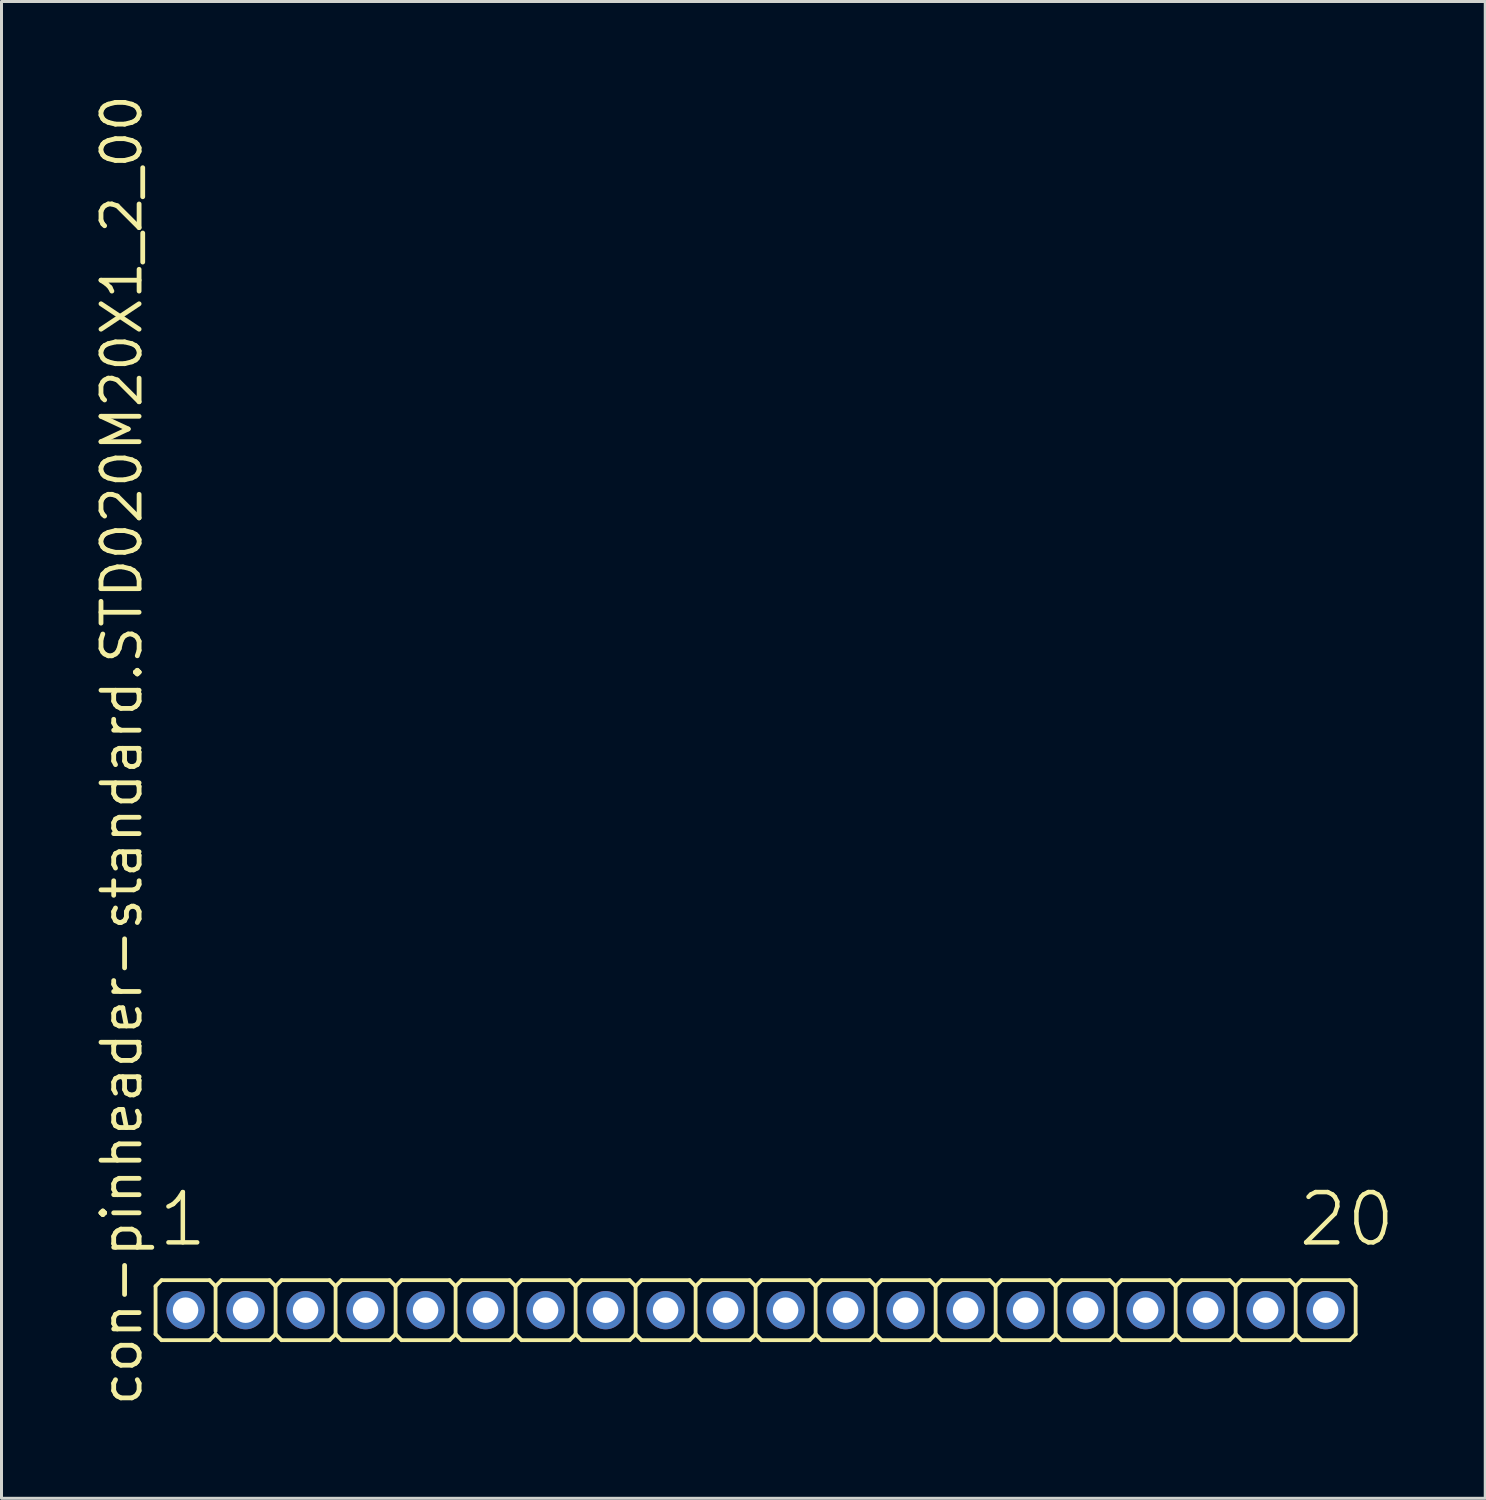
<source format=kicad_pcb>
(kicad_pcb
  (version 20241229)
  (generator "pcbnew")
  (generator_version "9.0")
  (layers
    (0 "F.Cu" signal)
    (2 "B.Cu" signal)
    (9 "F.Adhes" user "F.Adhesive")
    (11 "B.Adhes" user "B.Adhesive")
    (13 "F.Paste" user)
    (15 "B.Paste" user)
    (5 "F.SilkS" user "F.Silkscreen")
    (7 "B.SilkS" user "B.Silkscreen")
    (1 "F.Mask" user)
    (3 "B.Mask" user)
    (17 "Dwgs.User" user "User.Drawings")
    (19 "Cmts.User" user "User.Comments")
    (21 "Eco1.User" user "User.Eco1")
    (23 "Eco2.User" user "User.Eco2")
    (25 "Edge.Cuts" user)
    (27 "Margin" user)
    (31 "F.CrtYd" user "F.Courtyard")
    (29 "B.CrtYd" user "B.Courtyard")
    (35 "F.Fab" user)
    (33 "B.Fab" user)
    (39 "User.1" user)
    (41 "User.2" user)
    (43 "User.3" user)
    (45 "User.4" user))
  (footprint "con-pinheader-standard.STD020M20X1_2_00"
    (layer "F.Cu")
    (at 22.135 40.62)
    (property "Reference" "con-pinheader-standard.STD020M20X1_2_00" (at -20.385 3.27 90) (layer "F.SilkS") (effects (font (size 1.27 1.27) (thickness 0.16)) (justify left bottom)))
    (attr through_hole)
    (fp_line (start -20 0.8) (end -20 -0.8) (stroke (width 0.127) (type default)) (layer "F.SilkS"))
    (fp_line (start -19.8 -1) (end -20 -0.8) (stroke (width 0.127) (type default)) (layer "F.SilkS"))
    (fp_line (start -19.8 -1) (end -18.2 -1) (stroke (width 0.127) (type default)) (layer "F.SilkS"))
    (fp_line (start -19.8 1) (end -20 0.8) (stroke (width 0.127) (type default)) (layer "F.SilkS"))
    (fp_line (start -18.2 -1) (end -18 -0.8) (stroke (width 0.127) (type default)) (layer "F.SilkS"))
    (fp_line (start -18.2 1) (end -19.8 1) (stroke (width 0.127) (type default)) (layer "F.SilkS"))
    (fp_line (start -18.2 1) (end -18 0.8) (stroke (width 0.127) (type default)) (layer "F.SilkS"))
    (fp_line (start -18 -0.8) (end -18 0.7) (stroke (width 0.127) (type default)) (layer "F.SilkS"))
    (fp_line (start -17.8 -1) (end -18 -0.8) (stroke (width 0.127) (type default)) (layer "F.SilkS"))
    (fp_line (start -17.8 -1) (end -16.2 -1) (stroke (width 0.127) (type default)) (layer "F.SilkS"))
    (fp_line (start -17.8 1) (end -18 0.8) (stroke (width 0.127) (type default)) (layer "F.SilkS"))
    (fp_line (start -16.2 -1) (end -16 -0.8) (stroke (width 0.127) (type default)) (layer "F.SilkS"))
    (fp_line (start -16.2 1) (end -17.8 1) (stroke (width 0.127) (type default)) (layer "F.SilkS"))
    (fp_line (start -16.2 1) (end -16 0.8) (stroke (width 0.127) (type default)) (layer "F.SilkS"))
    (fp_line (start -16 -0.8) (end -16 0.8) (stroke (width 0.127) (type default)) (layer "F.SilkS"))
    (fp_line (start -15.8 -1) (end -16 -0.8) (stroke (width 0.127) (type default)) (layer "F.SilkS"))
    (fp_line (start -15.8 -1) (end -14.2 -1) (stroke (width 0.127) (type default)) (layer "F.SilkS"))
    (fp_line (start -15.8 1) (end -16 0.8) (stroke (width 0.127) (type default)) (layer "F.SilkS"))
    (fp_line (start -14.2 -1) (end -14 -0.8) (stroke (width 0.127) (type default)) (layer "F.SilkS"))
    (fp_line (start -14.2 1) (end -15.8 1) (stroke (width 0.127) (type default)) (layer "F.SilkS"))
    (fp_line (start -14.2 1) (end -14 0.8) (stroke (width 0.127) (type default)) (layer "F.SilkS"))
    (fp_line (start -14 -0.8) (end -14 0.8) (stroke (width 0.127) (type default)) (layer "F.SilkS"))
    (fp_line (start -13.8 -1) (end -14 -0.8) (stroke (width 0.127) (type default)) (layer "F.SilkS"))
    (fp_line (start -13.8 -1) (end -12.2 -1) (stroke (width 0.127) (type default)) (layer "F.SilkS"))
    (fp_line (start -13.8 1) (end -14 0.8) (stroke (width 0.127) (type default)) (layer "F.SilkS"))
    (fp_line (start -12.2 -1) (end -12 -0.8) (stroke (width 0.127) (type default)) (layer "F.SilkS"))
    (fp_line (start -12.2 1) (end -13.8 1) (stroke (width 0.127) (type default)) (layer "F.SilkS"))
    (fp_line (start -12.2 1) (end -12 0.8) (stroke (width 0.127) (type default)) (layer "F.SilkS"))
    (fp_line (start -12 -0.8) (end -12 0.8) (stroke (width 0.127) (type default)) (layer "F.SilkS"))
    (fp_line (start -11.8 -1) (end -12 -0.8) (stroke (width 0.127) (type default)) (layer "F.SilkS"))
    (fp_line (start -11.8 -1) (end -10.2 -1) (stroke (width 0.127) (type default)) (layer "F.SilkS"))
    (fp_line (start -11.8 1) (end -12 0.8) (stroke (width 0.127) (type default)) (layer "F.SilkS"))
    (fp_line (start -10.2 -1) (end -10 -0.8) (stroke (width 0.127) (type default)) (layer "F.SilkS"))
    (fp_line (start -10.2 1) (end -11.8 1) (stroke (width 0.127) (type default)) (layer "F.SilkS"))
    (fp_line (start -10.2 1) (end -10 0.8) (stroke (width 0.127) (type default)) (layer "F.SilkS"))
    (fp_line (start -10 -0.8) (end -10 0.8) (stroke (width 0.127) (type default)) (layer "F.SilkS"))
    (fp_line (start -9.8 -1) (end -10 -0.8) (stroke (width 0.127) (type default)) (layer "F.SilkS"))
    (fp_line (start -9.8 -1) (end -8.2 -1) (stroke (width 0.127) (type default)) (layer "F.SilkS"))
    (fp_line (start -9.8 1) (end -10 0.8) (stroke (width 0.127) (type default)) (layer "F.SilkS"))
    (fp_line (start -8.2 -1) (end -8 -0.8) (stroke (width 0.127) (type default)) (layer "F.SilkS"))
    (fp_line (start -8.2 1) (end -9.8 1) (stroke (width 0.127) (type default)) (layer "F.SilkS"))
    (fp_line (start -8.2 1) (end -8 0.8) (stroke (width 0.127) (type default)) (layer "F.SilkS"))
    (fp_line (start -8 -0.8) (end -8 0.8) (stroke (width 0.127) (type default)) (layer "F.SilkS"))
    (fp_line (start -7.8 -1) (end -8 -0.8) (stroke (width 0.127) (type default)) (layer "F.SilkS"))
    (fp_line (start -7.8 -1) (end -6.2 -1) (stroke (width 0.127) (type default)) (layer "F.SilkS"))
    (fp_line (start -7.8 1) (end -8 0.8) (stroke (width 0.127) (type default)) (layer "F.SilkS"))
    (fp_line (start -6.2 -1) (end -6 -0.8) (stroke (width 0.127) (type default)) (layer "F.SilkS"))
    (fp_line (start -6.2 1) (end -7.8 1) (stroke (width 0.127) (type default)) (layer "F.SilkS"))
    (fp_line (start -6.2 1) (end -6 0.8) (stroke (width 0.127) (type default)) (layer "F.SilkS"))
    (fp_line (start -6 -0.8) (end -6 0.8) (stroke (width 0.127) (type default)) (layer "F.SilkS"))
    (fp_line (start -5.8 -1) (end -6 -0.8) (stroke (width 0.127) (type default)) (layer "F.SilkS"))
    (fp_line (start -5.8 -1) (end -4.2 -1) (stroke (width 0.127) (type default)) (layer "F.SilkS"))
    (fp_line (start -5.8 1) (end -6 0.8) (stroke (width 0.127) (type default)) (layer "F.SilkS"))
    (fp_line (start -4.2 -1) (end -4 -0.8) (stroke (width 0.127) (type default)) (layer "F.SilkS"))
    (fp_line (start -4.2 1) (end -5.8 1) (stroke (width 0.127) (type default)) (layer "F.SilkS"))
    (fp_line (start -4.2 1) (end -4 0.8) (stroke (width 0.127) (type default)) (layer "F.SilkS"))
    (fp_line (start -4 -0.8) (end -4 0.8) (stroke (width 0.127) (type default)) (layer "F.SilkS"))
    (fp_line (start -3.8 -1) (end -4 -0.8) (stroke (width 0.127) (type default)) (layer "F.SilkS"))
    (fp_line (start -3.8 -1) (end -2.2 -1) (stroke (width 0.127) (type default)) (layer "F.SilkS"))
    (fp_line (start -3.8 1) (end -4 0.8) (stroke (width 0.127) (type default)) (layer "F.SilkS"))
    (fp_line (start -2.2 -1) (end -2 -0.8) (stroke (width 0.127) (type default)) (layer "F.SilkS"))
    (fp_line (start -2.2 1) (end -3.8 1) (stroke (width 0.127) (type default)) (layer "F.SilkS"))
    (fp_line (start -2.2 1) (end -2 0.8) (stroke (width 0.127) (type default)) (layer "F.SilkS"))
    (fp_line (start -2 -0.8) (end -2 0.8) (stroke (width 0.127) (type default)) (layer "F.SilkS"))
    (fp_line (start -1.8 -1) (end -2 -0.8) (stroke (width 0.127) (type default)) (layer "F.SilkS"))
    (fp_line (start -1.8 -1) (end -0.2 -1) (stroke (width 0.127) (type default)) (layer "F.SilkS"))
    (fp_line (start -1.8 1) (end -2 0.8) (stroke (width 0.127) (type default)) (layer "F.SilkS"))
    (fp_line (start -0.2 -1) (end 0 -0.8) (stroke (width 0.127) (type default)) (layer "F.SilkS"))
    (fp_line (start -0.2 1) (end -1.8 1) (stroke (width 0.127) (type default)) (layer "F.SilkS"))
    (fp_line (start -0.2 1) (end 0 0.8) (stroke (width 0.127) (type default)) (layer "F.SilkS"))
    (fp_line (start 0 -0.8) (end 0 0.8) (stroke (width 0.127) (type default)) (layer "F.SilkS"))
    (fp_line (start 0.2 -1) (end 0 -0.8) (stroke (width 0.127) (type default)) (layer "F.SilkS"))
    (fp_line (start 0.2 -1) (end 1.8 -1) (stroke (width 0.127) (type default)) (layer "F.SilkS"))
    (fp_line (start 0.2 1) (end 0 0.8) (stroke (width 0.127) (type default)) (layer "F.SilkS"))
    (fp_line (start 1.8 -1) (end 2 -0.8) (stroke (width 0.127) (type default)) (layer "F.SilkS"))
    (fp_line (start 1.8 1) (end 0.2 1) (stroke (width 0.127) (type default)) (layer "F.SilkS"))
    (fp_line (start 1.8 1) (end 2 0.8) (stroke (width 0.127) (type default)) (layer "F.SilkS"))
    (fp_line (start 2 -0.8) (end 2 0.8) (stroke (width 0.127) (type default)) (layer "F.SilkS"))
    (fp_line (start 2.2 -1) (end 2 -0.8) (stroke (width 0.127) (type default)) (layer "F.SilkS"))
    (fp_line (start 2.2 -1) (end 3.8 -1) (stroke (width 0.127) (type default)) (layer "F.SilkS"))
    (fp_line (start 2.2 1) (end 2 0.8) (stroke (width 0.127) (type default)) (layer "F.SilkS"))
    (fp_line (start 3.8 -1) (end 4 -0.8) (stroke (width 0.127) (type default)) (layer "F.SilkS"))
    (fp_line (start 3.8 1) (end 2.2 1) (stroke (width 0.127) (type default)) (layer "F.SilkS"))
    (fp_line (start 3.8 1) (end 4 0.8) (stroke (width 0.127) (type default)) (layer "F.SilkS"))
    (fp_line (start 4 -0.8) (end 4 0.8) (stroke (width 0.127) (type default)) (layer "F.SilkS"))
    (fp_line (start 4.2 -1) (end 4 -0.8) (stroke (width 0.127) (type default)) (layer "F.SilkS"))
    (fp_line (start 4.2 -1) (end 5.8 -1) (stroke (width 0.127) (type default)) (layer "F.SilkS"))
    (fp_line (start 4.2 1) (end 4 0.8) (stroke (width 0.127) (type default)) (layer "F.SilkS"))
    (fp_line (start 5.8 -1) (end 6 -0.8) (stroke (width 0.127) (type default)) (layer "F.SilkS"))
    (fp_line (start 5.8 1) (end 4.2 1) (stroke (width 0.127) (type default)) (layer "F.SilkS"))
    (fp_line (start 5.8 1) (end 6 0.8) (stroke (width 0.127) (type default)) (layer "F.SilkS"))
    (fp_line (start 6 -0.8) (end 6 0.8) (stroke (width 0.127) (type default)) (layer "F.SilkS"))
    (fp_line (start 6.2 -1) (end 6 -0.8) (stroke (width 0.127) (type default)) (layer "F.SilkS"))
    (fp_line (start 6.2 -1) (end 7.8 -1) (stroke (width 0.127) (type default)) (layer "F.SilkS"))
    (fp_line (start 6.2 1) (end 6 0.8) (stroke (width 0.127) (type default)) (layer "F.SilkS"))
    (fp_line (start 7.8 -1) (end 8 -0.8) (stroke (width 0.127) (type default)) (layer "F.SilkS"))
    (fp_line (start 7.8 1) (end 6.2 1) (stroke (width 0.127) (type default)) (layer "F.SilkS"))
    (fp_line (start 7.8 1) (end 8 0.8) (stroke (width 0.127) (type default)) (layer "F.SilkS"))
    (fp_line (start 8 -0.8) (end 8 0.8) (stroke (width 0.127) (type default)) (layer "F.SilkS"))
    (fp_line (start 8.2 -1) (end 8 -0.8) (stroke (width 0.127) (type default)) (layer "F.SilkS"))
    (fp_line (start 8.2 -1) (end 9.8 -1) (stroke (width 0.127) (type default)) (layer "F.SilkS"))
    (fp_line (start 8.2 1) (end 8 0.8) (stroke (width 0.127) (type default)) (layer "F.SilkS"))
    (fp_line (start 9.8 -1) (end 10 -0.8) (stroke (width 0.127) (type default)) (layer "F.SilkS"))
    (fp_line (start 9.8 1) (end 8.2 1) (stroke (width 0.127) (type default)) (layer "F.SilkS"))
    (fp_line (start 9.8 1) (end 10 0.8) (stroke (width 0.127) (type default)) (layer "F.SilkS"))
    (fp_line (start 10 -0.8) (end 10 0.8) (stroke (width 0.127) (type default)) (layer "F.SilkS"))
    (fp_line (start 10.2 -1) (end 10 -0.8) (stroke (width 0.127) (type default)) (layer "F.SilkS"))
    (fp_line (start 10.2 -1) (end 11.8 -1) (stroke (width 0.127) (type default)) (layer "F.SilkS"))
    (fp_line (start 10.2 1) (end 10 0.8) (stroke (width 0.127) (type default)) (layer "F.SilkS"))
    (fp_line (start 11.8 -1) (end 12 -0.8) (stroke (width 0.127) (type default)) (layer "F.SilkS"))
    (fp_line (start 11.8 1) (end 10.2 1) (stroke (width 0.127) (type default)) (layer "F.SilkS"))
    (fp_line (start 11.8 1) (end 12 0.8) (stroke (width 0.127) (type default)) (layer "F.SilkS"))
    (fp_line (start 12 -0.8) (end 12 0.8) (stroke (width 0.127) (type default)) (layer "F.SilkS"))
    (fp_line (start 12.2 -1) (end 12 -0.8) (stroke (width 0.127) (type default)) (layer "F.SilkS"))
    (fp_line (start 12.2 -1) (end 13.8 -1) (stroke (width 0.127) (type default)) (layer "F.SilkS"))
    (fp_line (start 12.2 1) (end 12 0.8) (stroke (width 0.127) (type default)) (layer "F.SilkS"))
    (fp_line (start 13.8 -1) (end 14 -0.8) (stroke (width 0.127) (type default)) (layer "F.SilkS"))
    (fp_line (start 13.8 1) (end 12.2 1) (stroke (width 0.127) (type default)) (layer "F.SilkS"))
    (fp_line (start 13.8 1) (end 14 0.8) (stroke (width 0.127) (type default)) (layer "F.SilkS"))
    (fp_line (start 14 -0.8) (end 14 0.8) (stroke (width 0.127) (type default)) (layer "F.SilkS"))
    (fp_line (start 14.2 -1) (end 14 -0.8) (stroke (width 0.127) (type default)) (layer "F.SilkS"))
    (fp_line (start 14.2 -1) (end 15.8 -1) (stroke (width 0.127) (type default)) (layer "F.SilkS"))
    (fp_line (start 14.2 1) (end 14 0.8) (stroke (width 0.127) (type default)) (layer "F.SilkS"))
    (fp_line (start 15.8 -1) (end 16 -0.8) (stroke (width 0.127) (type default)) (layer "F.SilkS"))
    (fp_line (start 15.8 1) (end 14.2 1) (stroke (width 0.127) (type default)) (layer "F.SilkS"))
    (fp_line (start 15.8 1) (end 16 0.8) (stroke (width 0.127) (type default)) (layer "F.SilkS"))
    (fp_line (start 16 -0.8) (end 16 0.8) (stroke (width 0.127) (type default)) (layer "F.SilkS"))
    (fp_line (start 16.2 -1) (end 16 -0.8) (stroke (width 0.127) (type default)) (layer "F.SilkS"))
    (fp_line (start 16.2 -1) (end 17.8 -1) (stroke (width 0.127) (type default)) (layer "F.SilkS"))
    (fp_line (start 16.2 1) (end 16 0.8) (stroke (width 0.127) (type default)) (layer "F.SilkS"))
    (fp_line (start 17.8 -1) (end 18 -0.8) (stroke (width 0.127) (type default)) (layer "F.SilkS"))
    (fp_line (start 17.8 1) (end 16.2 1) (stroke (width 0.127) (type default)) (layer "F.SilkS"))
    (fp_line (start 17.8 1) (end 18 0.8) (stroke (width 0.127) (type default)) (layer "F.SilkS"))
    (fp_line (start 18 -0.8) (end 18 0.8) (stroke (width 0.127) (type default)) (layer "F.SilkS"))
    (fp_line (start 18.2 -1) (end 18 -0.8) (stroke (width 0.127) (type default)) (layer "F.SilkS"))
    (fp_line (start 18.2 -1) (end 19.8 -1) (stroke (width 0.127) (type default)) (layer "F.SilkS"))
    (fp_line (start 18.2 1) (end 18 0.8) (stroke (width 0.127) (type default)) (layer "F.SilkS"))
    (fp_line (start 19.8 -1) (end 20 -0.8) (stroke (width 0.127) (type default)) (layer "F.SilkS"))
    (fp_line (start 19.8 1) (end 18.2 1) (stroke (width 0.127) (type default)) (layer "F.SilkS"))
    (fp_line (start 19.8 1) (end 20 0.8) (stroke (width 0.127) (type default)) (layer "F.SilkS"))
    (fp_line (start 20 -0.8) (end 20 0.8) (stroke (width 0.127) (type default)) (layer "F.SilkS"))
    (fp_rect (start -19.25 0.25) (end -18.75 -0.25) (stroke (width 0.05) (type default)) (fill no) (layer "F.Fab"))
    (fp_rect (start -17.25 0.25) (end -16.75 -0.25) (stroke (width 0.05) (type default)) (fill no) (layer "F.Fab"))
    (fp_rect (start -15.25 0.25) (end -14.75 -0.25) (stroke (width 0.05) (type default)) (fill no) (layer "F.Fab"))
    (fp_rect (start -13.25 0.25) (end -12.75 -0.25) (stroke (width 0.05) (type default)) (fill no) (layer "F.Fab"))
    (fp_rect (start -11.25 0.25) (end -10.75 -0.25) (stroke (width 0.05) (type default)) (fill no) (layer "F.Fab"))
    (fp_rect (start -9.25 0.25) (end -8.75 -0.25) (stroke (width 0.05) (type default)) (fill no) (layer "F.Fab"))
    (fp_rect (start -7.25 0.25) (end -6.75 -0.25) (stroke (width 0.05) (type default)) (fill no) (layer "F.Fab"))
    (fp_rect (start -5.25 0.25) (end -4.75 -0.25) (stroke (width 0.05) (type default)) (fill no) (layer "F.Fab"))
    (fp_rect (start -3.25 0.25) (end -2.75 -0.25) (stroke (width 0.05) (type default)) (fill no) (layer "F.Fab"))
    (fp_rect (start -1.25 0.25) (end -0.75 -0.25) (stroke (width 0.05) (type default)) (fill no) (layer "F.Fab"))
    (fp_rect (start 0.75 0.25) (end 1.25 -0.25) (stroke (width 0.05) (type default)) (fill no) (layer "F.Fab"))
    (fp_rect (start 2.75 0.25) (end 3.25 -0.25) (stroke (width 0.05) (type default)) (fill no) (layer "F.Fab"))
    (fp_rect (start 4.75 0.25) (end 5.25 -0.25) (stroke (width 0.05) (type default)) (fill no) (layer "F.Fab"))
    (fp_rect (start 6.75 0.25) (end 7.25 -0.25) (stroke (width 0.05) (type default)) (fill no) (layer "F.Fab"))
    (fp_rect (start 8.75 0.25) (end 9.25 -0.25) (stroke (width 0.05) (type default)) (fill no) (layer "F.Fab"))
    (fp_rect (start 10.75 0.25) (end 11.25 -0.25) (stroke (width 0.05) (type default)) (fill no) (layer "F.Fab"))
    (fp_rect (start 12.75 0.25) (end 13.25 -0.25) (stroke (width 0.05) (type default)) (fill no) (layer "F.Fab"))
    (fp_rect (start 14.75 0.25) (end 15.25 -0.25) (stroke (width 0.05) (type default)) (fill no) (layer "F.Fab"))
    (fp_rect (start 16.75 0.25) (end 17.25 -0.25) (stroke (width 0.05) (type default)) (fill no) (layer "F.Fab"))
    (fp_rect (start 18.75 0.25) (end 19.25 -0.25) (stroke (width 0.05) (type default)) (fill no) (layer "F.Fab"))
    (fp_text user "1" (at -19.988 -2.048 0) (layer "F.SilkS") (effects (font (size 1.676 1.676) (thickness 0.15)) (justify left bottom)))
    (fp_text user "20" (at 18.012 -2.048 0) (layer "F.SilkS") (effects (font (size 1.676 1.676) (thickness 0.15)) (justify left bottom)))
    (pad "1" thru_hole circle (at -19 0) (size 1.275 1.275) (drill 0.85) (layers "*.Cu" "*.Mask"))
    (pad "2" thru_hole circle (at -17 0) (size 1.275 1.275) (drill 0.85) (layers "*.Cu" "*.Mask"))
    (pad "3" thru_hole circle (at -15 0) (size 1.275 1.275) (drill 0.85) (layers "*.Cu" "*.Mask"))
    (pad "4" thru_hole circle (at -13 0) (size 1.275 1.275) (drill 0.85) (layers "*.Cu" "*.Mask"))
    (pad "5" thru_hole circle (at -11 0) (size 1.275 1.275) (drill 0.85) (layers "*.Cu" "*.Mask"))
    (pad "6" thru_hole circle (at -9 0) (size 1.275 1.275) (drill 0.85) (layers "*.Cu" "*.Mask"))
    (pad "7" thru_hole circle (at -7 0) (size 1.275 1.275) (drill 0.85) (layers "*.Cu" "*.Mask"))
    (pad "8" thru_hole circle (at -5 0) (size 1.275 1.275) (drill 0.85) (layers "*.Cu" "*.Mask"))
    (pad "9" thru_hole circle (at -3 0) (size 1.275 1.275) (drill 0.85) (layers "*.Cu" "*.Mask"))
    (pad "10" thru_hole circle (at -1 0) (size 1.275 1.275) (drill 0.85) (layers "*.Cu" "*.Mask"))
    (pad "11" thru_hole circle (at 1 0) (size 1.275 1.275) (drill 0.85) (layers "*.Cu" "*.Mask"))
    (pad "12" thru_hole circle (at 3 0) (size 1.275 1.275) (drill 0.85) (layers "*.Cu" "*.Mask"))
    (pad "13" thru_hole circle (at 5 0) (size 1.275 1.275) (drill 0.85) (layers "*.Cu" "*.Mask"))
    (pad "14" thru_hole circle (at 7 0) (size 1.275 1.275) (drill 0.85) (layers "*.Cu" "*.Mask"))
    (pad "15" thru_hole circle (at 9 0) (size 1.275 1.275) (drill 0.85) (layers "*.Cu" "*.Mask"))
    (pad "16" thru_hole circle (at 11 0) (size 1.275 1.275) (drill 0.85) (layers "*.Cu" "*.Mask"))
    (pad "17" thru_hole circle (at 13 0) (size 1.275 1.275) (drill 0.85) (layers "*.Cu" "*.Mask"))
    (pad "18" thru_hole circle (at 15 0) (size 1.275 1.275) (drill 0.85) (layers "*.Cu" "*.Mask"))
    (pad "19" thru_hole circle (at 17 0) (size 1.275 1.275) (drill 0.85) (layers "*.Cu" "*.Mask"))
    (pad "20" thru_hole circle (at 19 0) (size 1.275 1.275) (drill 0.85) (layers "*.Cu" "*.Mask")))
  (gr_rect
    (start -3 -3)
    (end 46.455 46.89)
    (stroke (width 0.1) (type default))
    (fill no)
    (layer "Edge.Cuts")))
</source>
